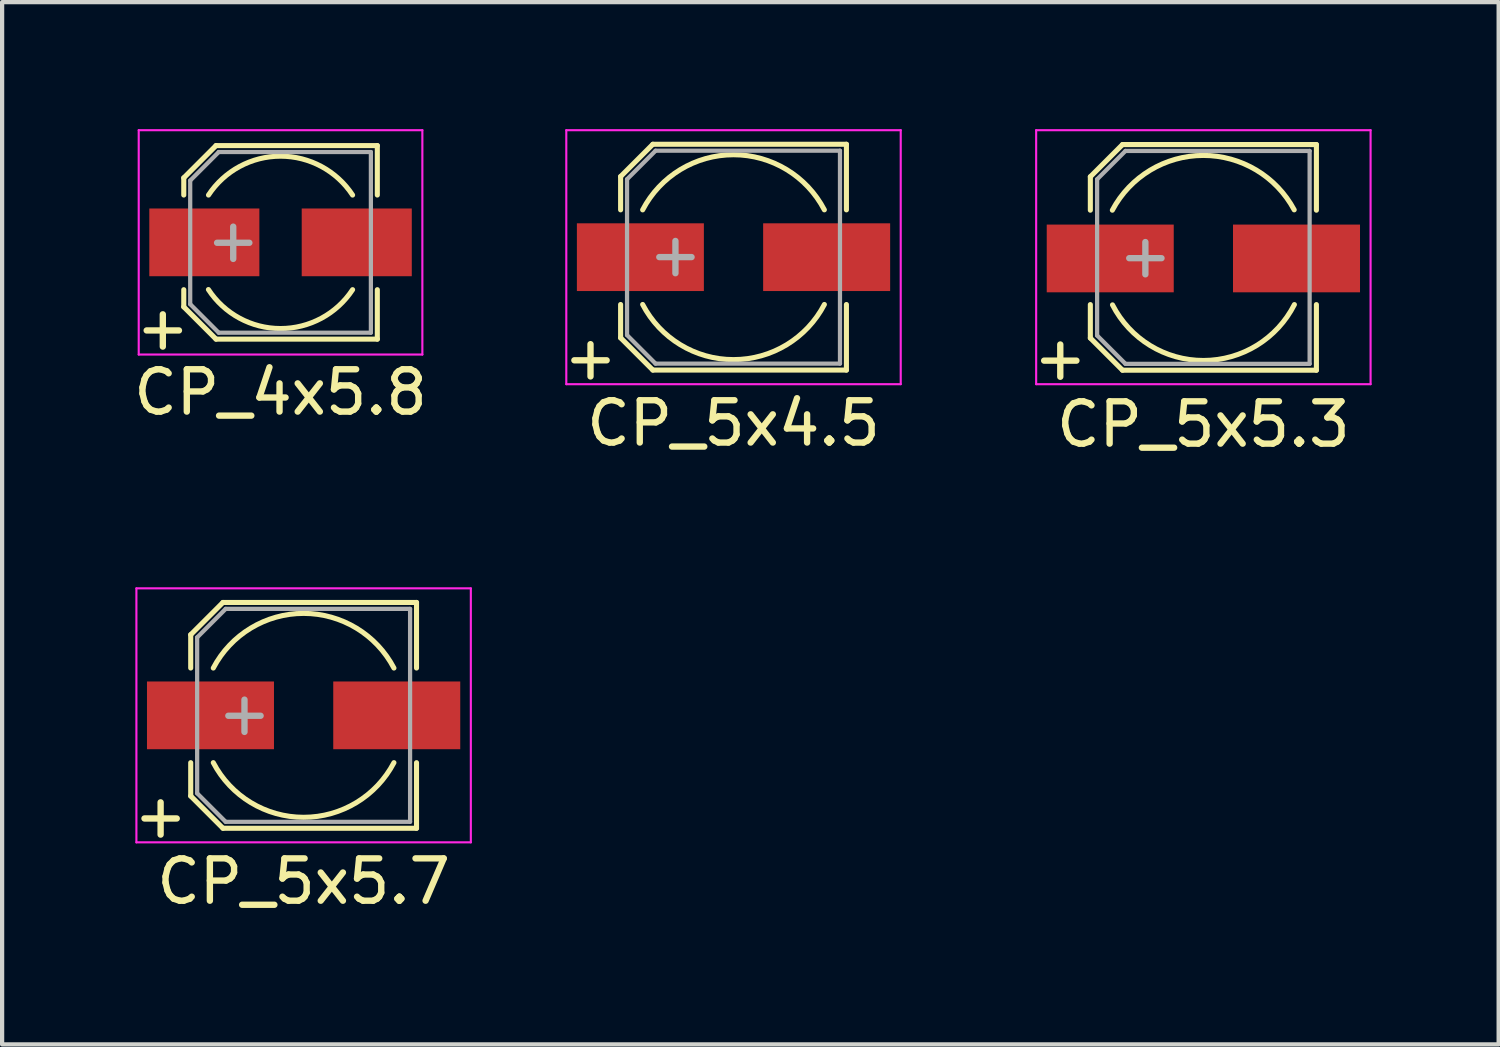
<source format=kicad_pcb>
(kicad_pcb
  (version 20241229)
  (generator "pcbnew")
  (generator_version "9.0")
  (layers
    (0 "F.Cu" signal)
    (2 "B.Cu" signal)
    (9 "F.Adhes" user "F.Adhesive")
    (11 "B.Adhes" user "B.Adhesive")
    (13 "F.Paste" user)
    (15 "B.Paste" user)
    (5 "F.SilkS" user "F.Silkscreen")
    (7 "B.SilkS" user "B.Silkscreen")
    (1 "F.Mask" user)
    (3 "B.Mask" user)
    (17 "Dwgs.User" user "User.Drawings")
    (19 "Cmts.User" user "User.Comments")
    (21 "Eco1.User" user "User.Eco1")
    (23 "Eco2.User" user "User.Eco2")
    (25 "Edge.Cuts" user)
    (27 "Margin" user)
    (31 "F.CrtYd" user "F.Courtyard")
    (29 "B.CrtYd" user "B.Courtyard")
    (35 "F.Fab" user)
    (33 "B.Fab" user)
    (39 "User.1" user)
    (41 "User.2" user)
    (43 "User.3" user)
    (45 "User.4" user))
  (footprint "CP_5x5.3"
    (layer "F.Cu")
    (at 25.376 3.055)
    (property "Reference" "CP_5x5.3" (at 0 3.92 0) (layer "F.SilkS") (effects (font (size 1 1) (thickness 0.15))))
    (attr smd)
    (fp_line (start -2.67 -1.93) (end -2.67 -1.14) (stroke (width 0.12) (type solid)) (layer "F.SilkS"))
    (fp_line (start -2.67 1.88) (end -2.67 1.09) (stroke (width 0.12) (type solid)) (layer "F.SilkS"))
    (fp_line (start -2.67 1.88) (end -1.91 2.64) (stroke (width 0.12) (type solid)) (layer "F.SilkS"))
    (fp_line (start -1.91 -2.69) (end -2.67 -1.93) (stroke (width 0.12) (type solid)) (layer "F.SilkS"))
    (fp_line (start -1.91 2.64) (end 2.67 2.64) (stroke (width 0.12) (type solid)) (layer "F.SilkS"))
    (fp_line (start 2.67 -2.69) (end -1.91 -2.69) (stroke (width 0.12) (type solid)) (layer "F.SilkS"))
    (fp_line (start 2.67 -2.69) (end 2.67 -1.14) (stroke (width 0.12) (type solid)) (layer "F.SilkS"))
    (fp_line (start 2.67 2.64) (end 2.67 1.09) (stroke (width 0.12) (type solid)) (layer "F.SilkS"))
    (fp_arc (start -2.15 -1.14) (mid -0.004715 -2.433532) (end 2.145566 -1.148323) (stroke (width 0.12) (type solid)) (layer "F.SilkS"))
    (fp_arc (start 2.15 1.09) (mid 0.003831 2.410516) (end -2.146525 1.096828) (stroke (width 0.12) (type solid)) (layer "F.SilkS"))
    (fp_line (start -3.95 -3.03) (end -3.95 2.97) (stroke (width 0.05) (type solid)) (layer "F.CrtYd"))
    (fp_line (start -3.95 2.97) (end 3.95 2.97) (stroke (width 0.05) (type solid)) (layer "F.CrtYd"))
    (fp_line (start 3.95 -3.03) (end -3.95 -3.03) (stroke (width 0.05) (type solid)) (layer "F.CrtYd"))
    (fp_line (start 3.95 2.97) (end 3.95 -3.03) (stroke (width 0.05) (type solid)) (layer "F.CrtYd"))
    (fp_line (start -2.51 -1.87) (end -2.51 1.82) (stroke (width 0.1) (type solid)) (layer "F.Fab"))
    (fp_line (start -2.51 1.82) (end -1.84 2.49) (stroke (width 0.1) (type solid)) (layer "F.Fab"))
    (fp_line (start -1.84 -2.54) (end -2.51 -1.87) (stroke (width 0.1) (type solid)) (layer "F.Fab"))
    (fp_line (start -1.84 2.49) (end 2.51 2.49) (stroke (width 0.1) (type solid)) (layer "F.Fab"))
    (fp_line (start 2.51 -2.54) (end -1.84 -2.54) (stroke (width 0.1) (type solid)) (layer "F.Fab"))
    (fp_line (start 2.51 2.49) (end 2.51 -2.54) (stroke (width 0.1) (type solid)) (layer "F.Fab"))
    (fp_text user "+" (at -3.38 2.34 0) (layer "F.SilkS") (effects (font (size 1 1) (thickness 0.15))))
    (fp_text user "+" (at -1.37 -0.08 0) (layer "F.Fab") (effects (font (size 1 1) (thickness 0.15))))
    (pad "1" smd rect (at -2.2 0 180) (size 3 1.6) (layers "F.Cu" "F.Mask" "F.Paste"))
    (pad "2" smd rect (at 2.2 0 180) (size 3 1.6) (layers "F.Cu" "F.Mask" "F.Paste")))
  (footprint "CP_4x5.8"
    (layer "F.Cu")
    (at 3.577 2.675)
    (property "Reference" "CP_4x5.8" (at 0 3.543 0) (layer "F.SilkS") (effects (font (size 1 1) (thickness 0.15))))
    (attr smd)
    (fp_line (start -2.286 -1.524) (end -2.286 -1.118) (stroke (width 0.12) (type solid)) (layer "F.SilkS"))
    (fp_line (start -2.286 1.524) (end -2.286 1.118) (stroke (width 0.12) (type solid)) (layer "F.SilkS"))
    (fp_line (start -1.524 -2.286) (end -2.286 -1.524) (stroke (width 0.12) (type solid)) (layer "F.SilkS"))
    (fp_line (start -1.524 -2.286) (end 2.286 -2.286) (stroke (width 0.12) (type solid)) (layer "F.SilkS"))
    (fp_line (start -1.524 2.286) (end -2.286 1.524) (stroke (width 0.12) (type solid)) (layer "F.SilkS"))
    (fp_line (start -1.524 2.286) (end 2.286 2.286) (stroke (width 0.12) (type solid)) (layer "F.SilkS"))
    (fp_line (start 2.286 -2.286) (end 2.286 -1.118) (stroke (width 0.12) (type solid)) (layer "F.SilkS"))
    (fp_line (start 2.286 2.286) (end 2.286 1.118) (stroke (width 0.12) (type solid)) (layer "F.SilkS"))
    (fp_arc (start -1.7018 -1.1176) (mid 0 -2.035965) (end 1.7018 -1.1176) (stroke (width 0.12) (type solid)) (layer "F.SilkS"))
    (fp_arc (start 1.7018 1.1176) (mid -0.001641 2.035964) (end -1.703599 1.114855) (stroke (width 0.12) (type solid)) (layer "F.SilkS"))
    (fp_line (start -3.35 -2.65) (end -3.35 2.65) (stroke (width 0.05) (type solid)) (layer "F.CrtYd"))
    (fp_line (start -3.35 2.65) (end 3.35 2.65) (stroke (width 0.05) (type solid)) (layer "F.CrtYd"))
    (fp_line (start 3.35 -2.65) (end -3.35 -2.65) (stroke (width 0.05) (type solid)) (layer "F.CrtYd"))
    (fp_line (start 3.35 2.65) (end 3.35 -2.65) (stroke (width 0.05) (type solid)) (layer "F.CrtYd"))
    (fp_line (start -2.134 -1.46) (end -2.134 1.46) (stroke (width 0.1) (type solid)) (layer "F.Fab"))
    (fp_line (start -2.134 1.46) (end -1.46 2.134) (stroke (width 0.1) (type solid)) (layer "F.Fab"))
    (fp_line (start -1.46 -2.134) (end -2.134 -1.46) (stroke (width 0.1) (type solid)) (layer "F.Fab"))
    (fp_line (start -1.46 2.134) (end 2.134 2.134) (stroke (width 0.1) (type solid)) (layer "F.Fab"))
    (fp_line (start 2.134 -2.134) (end -1.46 -2.134) (stroke (width 0.1) (type solid)) (layer "F.Fab"))
    (fp_line (start 2.134 2.134) (end 2.134 -2.134) (stroke (width 0.1) (type solid)) (layer "F.Fab"))
    (fp_text user "+" (at -2.781 2.007 0) (layer "F.SilkS") (effects (font (size 1 1) (thickness 0.15))))
    (fp_text user "+" (at -1.118 -0.064 0) (layer "F.Fab") (effects (font (size 1 1) (thickness 0.15))))
    (pad "1" smd rect (at -1.8 0 180) (size 2.6 1.6) (layers "F.Cu" "F.Mask" "F.Paste"))
    (pad "2" smd rect (at 1.8 0 180) (size 2.6 1.6) (layers "F.Cu" "F.Mask" "F.Paste")))
  (footprint "CP_5x4.5"
    (layer "F.Cu")
    (at 14.277 3.025)
    (property "Reference" "CP_5x4.5" (at 0 3.924 0) (layer "F.SilkS") (effects (font (size 1 1) (thickness 0.15))))
    (attr smd)
    (fp_line (start -2.667 -1.905) (end -2.667 -1.118) (stroke (width 0.12) (type solid)) (layer "F.SilkS"))
    (fp_line (start -2.667 1.905) (end -2.667 1.118) (stroke (width 0.12) (type solid)) (layer "F.SilkS"))
    (fp_line (start -2.667 1.905) (end -1.905 2.667) (stroke (width 0.12) (type solid)) (layer "F.SilkS"))
    (fp_line (start -1.905 -2.667) (end -2.667 -1.905) (stroke (width 0.12) (type solid)) (layer "F.SilkS"))
    (fp_line (start -1.905 2.667) (end 2.667 2.667) (stroke (width 0.12) (type solid)) (layer "F.SilkS"))
    (fp_line (start 2.667 -2.667) (end -1.905 -2.667) (stroke (width 0.12) (type solid)) (layer "F.SilkS"))
    (fp_line (start 2.667 -2.667) (end 2.667 -1.118) (stroke (width 0.12) (type solid)) (layer "F.SilkS"))
    (fp_line (start 2.667 2.667) (end 2.667 1.118) (stroke (width 0.12) (type solid)) (layer "F.SilkS"))
    (fp_arc (start -2.1463 -1.1176) (mid -0.000477 -2.419842) (end 2.145859 -1.118447) (stroke (width 0.12) (type solid)) (layer "F.SilkS"))
    (fp_arc (start 2.1463 1.1176) (mid 0 2.419842) (end -2.1463 1.1176) (stroke (width 0.12) (type solid)) (layer "F.SilkS"))
    (fp_line (start -3.95 -3) (end -3.95 3) (stroke (width 0.05) (type solid)) (layer "F.CrtYd"))
    (fp_line (start -3.95 3) (end 3.95 3) (stroke (width 0.05) (type solid)) (layer "F.CrtYd"))
    (fp_line (start 3.95 -3) (end -3.95 -3) (stroke (width 0.05) (type solid)) (layer "F.CrtYd"))
    (fp_line (start 3.95 3) (end 3.95 -3) (stroke (width 0.05) (type solid)) (layer "F.CrtYd"))
    (fp_line (start -2.515 -1.841) (end -2.515 1.841) (stroke (width 0.1) (type solid)) (layer "F.Fab"))
    (fp_line (start -2.515 1.841) (end -1.841 2.515) (stroke (width 0.1) (type solid)) (layer "F.Fab"))
    (fp_line (start -1.841 -2.515) (end -2.515 -1.841) (stroke (width 0.1) (type solid)) (layer "F.Fab"))
    (fp_line (start -1.841 2.515) (end 2.515 2.515) (stroke (width 0.1) (type solid)) (layer "F.Fab"))
    (fp_line (start 2.515 -2.515) (end -1.841 -2.515) (stroke (width 0.1) (type solid)) (layer "F.Fab"))
    (fp_line (start 2.515 2.515) (end 2.515 -2.515) (stroke (width 0.1) (type solid)) (layer "F.Fab"))
    (fp_text user "+" (at -3.378 2.362 0) (layer "F.SilkS") (effects (font (size 1 1) (thickness 0.15))))
    (fp_text user "+" (at -1.372 -0.076 0) (layer "F.Fab") (effects (font (size 1 1) (thickness 0.15))))
    (pad "1" smd rect (at -2.2 0 180) (size 3 1.6) (layers "F.Cu" "F.Mask" "F.Paste"))
    (pad "2" smd rect (at 2.2 0 180) (size 3 1.6) (layers "F.Cu" "F.Mask" "F.Paste")))
  (footprint "CP_5x5.7"
    (layer "F.Cu")
    (at 4.122 13.848)
    (property "Reference" "CP_5x5.7" (at 0 3.924 0) (layer "F.SilkS") (effects (font (size 1 1) (thickness 0.15))))
    (attr smd)
    (fp_line (start -2.667 -1.905) (end -2.667 -1.118) (stroke (width 0.12) (type solid)) (layer "F.SilkS"))
    (fp_line (start -2.667 1.905) (end -2.667 1.118) (stroke (width 0.12) (type solid)) (layer "F.SilkS"))
    (fp_line (start -2.667 1.905) (end -1.905 2.667) (stroke (width 0.12) (type solid)) (layer "F.SilkS"))
    (fp_line (start -1.905 -2.667) (end -2.667 -1.905) (stroke (width 0.12) (type solid)) (layer "F.SilkS"))
    (fp_line (start -1.905 2.667) (end 2.667 2.667) (stroke (width 0.12) (type solid)) (layer "F.SilkS"))
    (fp_line (start 2.667 -2.667) (end -1.905 -2.667) (stroke (width 0.12) (type solid)) (layer "F.SilkS"))
    (fp_line (start 2.667 -2.667) (end 2.667 -1.118) (stroke (width 0.12) (type solid)) (layer "F.SilkS"))
    (fp_line (start 2.667 2.667) (end 2.667 1.118) (stroke (width 0.12) (type solid)) (layer "F.SilkS"))
    (fp_arc (start -2.1336 -1.1176) (mid 0 -2.408584) (end 2.1336 -1.1176) (stroke (width 0.12) (type solid)) (layer "F.SilkS"))
    (fp_arc (start 2.1336 1.1176) (mid 0 2.408584) (end -2.1336 1.1176) (stroke (width 0.12) (type solid)) (layer "F.SilkS"))
    (fp_line (start -3.95 -3) (end -3.95 3) (stroke (width 0.05) (type solid)) (layer "F.CrtYd"))
    (fp_line (start -3.95 3) (end 3.95 3) (stroke (width 0.05) (type solid)) (layer "F.CrtYd"))
    (fp_line (start 3.95 -3) (end -3.95 -3) (stroke (width 0.05) (type solid)) (layer "F.CrtYd"))
    (fp_line (start 3.95 3) (end 3.95 -3) (stroke (width 0.05) (type solid)) (layer "F.CrtYd"))
    (fp_line (start -2.515 -1.841) (end -2.515 1.841) (stroke (width 0.1) (type solid)) (layer "F.Fab"))
    (fp_line (start -2.515 1.841) (end -1.841 2.515) (stroke (width 0.1) (type solid)) (layer "F.Fab"))
    (fp_line (start -1.841 -2.515) (end -2.515 -1.841) (stroke (width 0.1) (type solid)) (layer "F.Fab"))
    (fp_line (start -1.841 2.515) (end 2.515 2.515) (stroke (width 0.1) (type solid)) (layer "F.Fab"))
    (fp_line (start 2.515 -2.515) (end -1.841 -2.515) (stroke (width 0.1) (type solid)) (layer "F.Fab"))
    (fp_line (start 2.515 2.515) (end 2.515 -2.515) (stroke (width 0.1) (type solid)) (layer "F.Fab"))
    (fp_text user "+" (at -3.378 2.362 0) (layer "F.SilkS") (effects (font (size 1 1) (thickness 0.15))))
    (fp_text user "+" (at -1.397 -0.064 0) (layer "F.Fab") (effects (font (size 1 1) (thickness 0.15))))
    (pad "1" smd rect (at -2.2 0 180) (size 3 1.6) (layers "F.Cu" "F.Mask" "F.Paste"))
    (pad "2" smd rect (at 2.2 0 180) (size 3 1.6) (layers "F.Cu" "F.Mask" "F.Paste")))
  (gr_rect
    (start -3 -3)
    (end 32.351 21.621)
    (stroke (width 0.1) (type default))
    (fill no)
    (layer "Edge.Cuts")))
</source>
